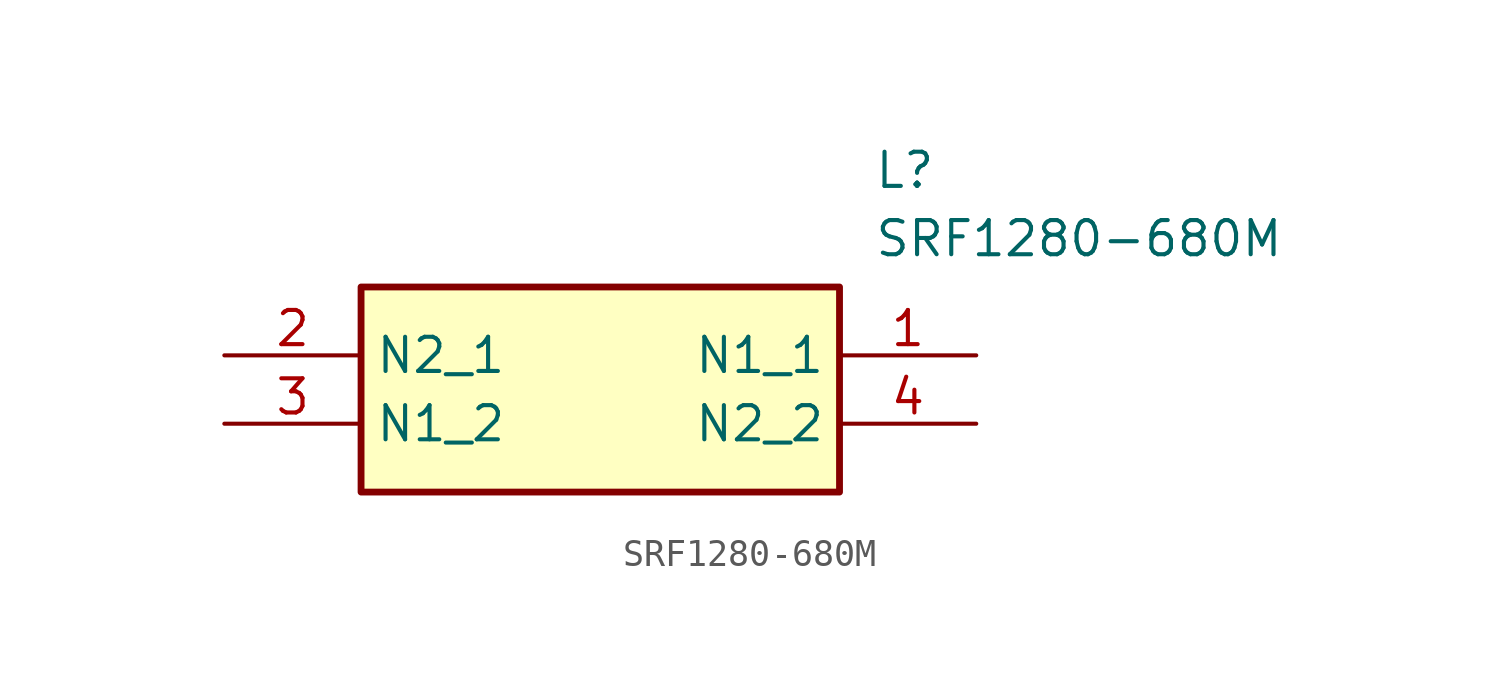
<source format=kicad_sym>
(kicad_symbol_lib
  (version 20211014)
  (generator SamacSys_ECAD_Model)
  (symbol "SRF1280-680M"
    (property "Reference" "L"
      (at 24.13 7.62 0)
      (effects (font (size 1.27 1.27)) (justify left top)))
    (property "Value" "SRF1280-680M"
      (at 24.13 5.08 0)
      (effects (font (size 1.27 1.27)) (justify left top)))
    (rectangle
      (start 5.08 2.54)
      (end 22.86 -5.08)
      (stroke (width 0.254) (type default))
      (fill (type background)))
    (pin passive line
      (at 27.94 0 180)
      (length 5.08)
      (name "N1_1" (effects (font (size 1.27 1.27))))
      (number "1" (effects (font (size 1.27 1.27)))))
    (pin passive line
      (at 0 0 0)
      (length 5.08)
      (name "N2_1" (effects (font (size 1.27 1.27))))
      (number "2" (effects (font (size 1.27 1.27)))))
    (pin passive line
      (at 0 -2.54 0)
      (length 5.08)
      (name "N1_2" (effects (font (size 1.27 1.27))))
      (number "3" (effects (font (size 1.27 1.27)))))
    (pin passive line
      (at 27.94 -2.54 180)
      (length 5.08)
      (name "N2_2" (effects (font (size 1.27 1.27))))
      (number "4" (effects (font (size 1.27 1.27)))))))
</source>
